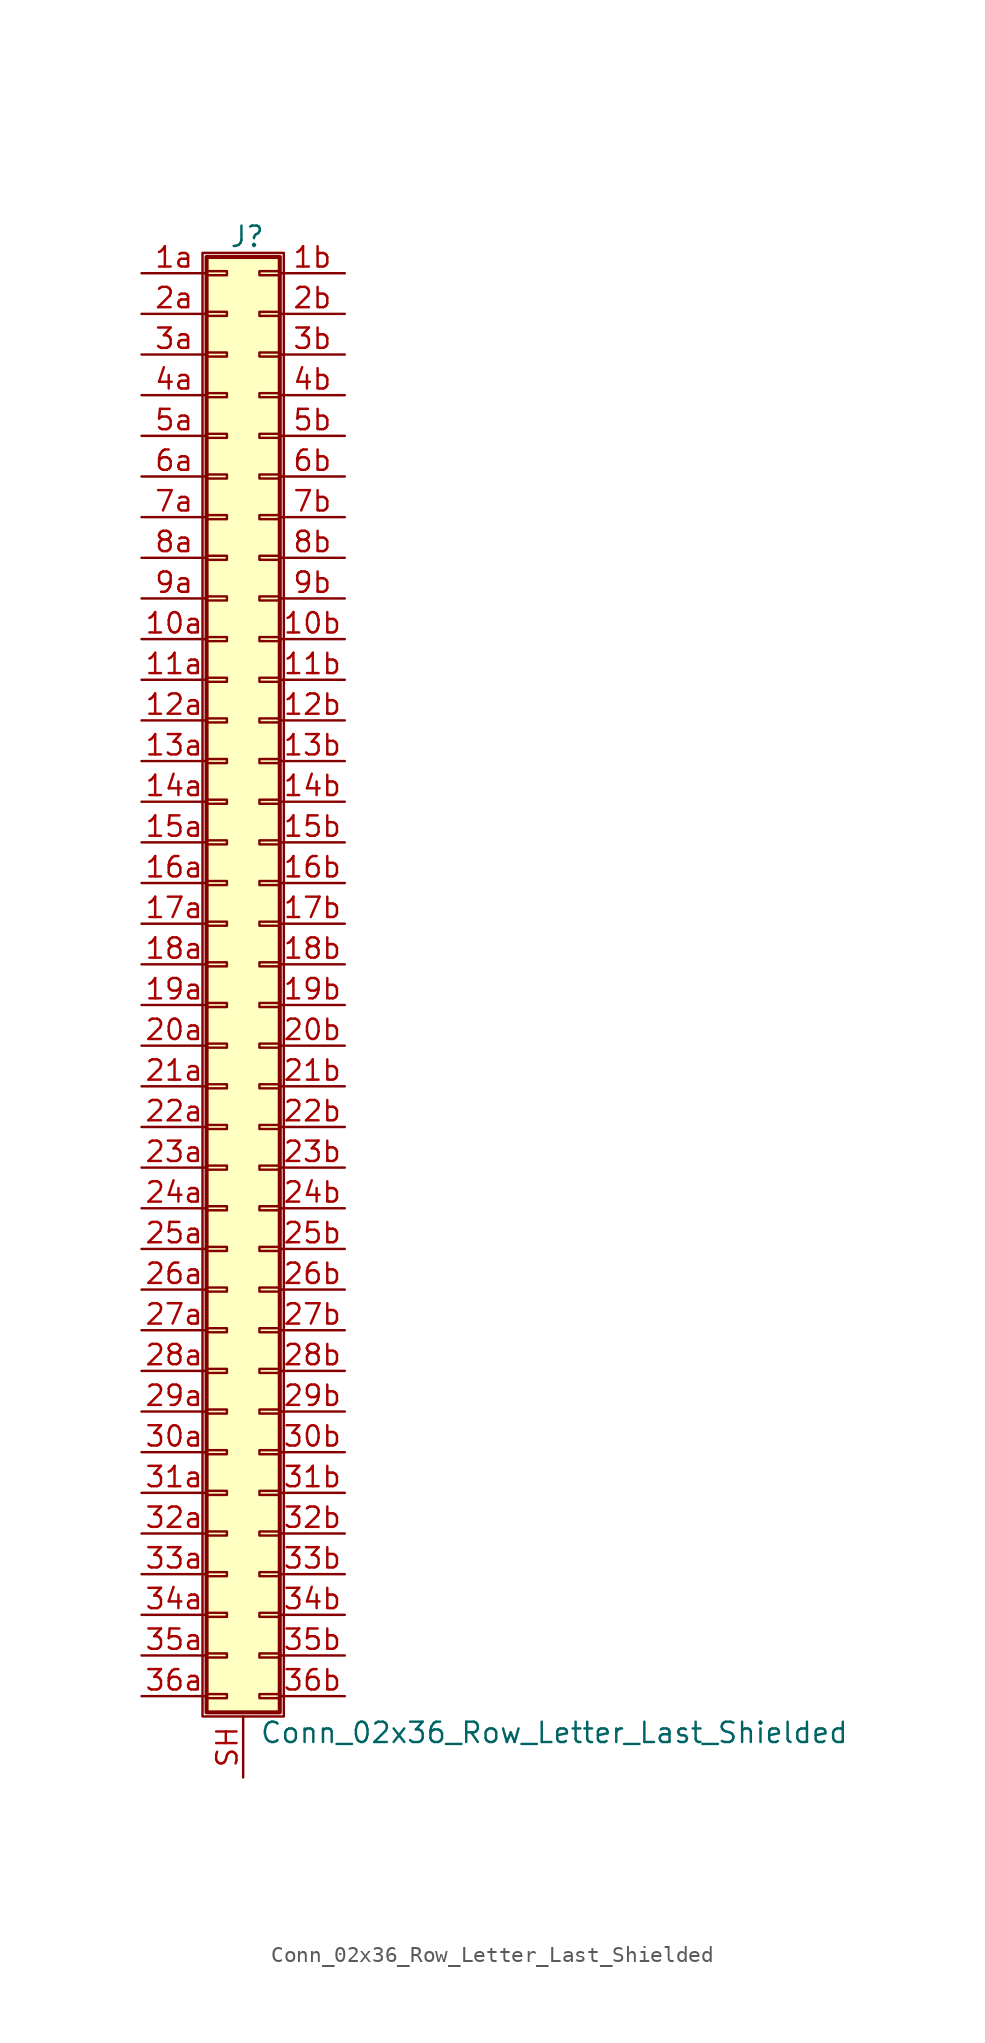
<source format=kicad_sym>
(kicad_symbol_lib
  (version 20201005)
  (generator kicad_symbol_editor)
  (symbol "Conn_02x36_Row_Letter_Last_Shielded"
    (pin_names
      (offset 1.016) hide)
    (property "Reference" "J"
      (at 1.524 45.466 0)
      (effects (font (size 1.27 1.27))))
    (property "Value" "Conn_02x36_Row_Letter_Last_Shielded"
      (at 2.286 -48.006 0)
      (effects (font (size 1.27 1.27)) (justify left)))
    (symbol "Conn_02x36_Row_Letter_Last_Shielded_1_1"
      (rectangle (start -1.27 44.45) (end 3.81 -46.99) (stroke (width 0.152)) (fill (type none)))
      (rectangle (start -1.016 -45.593) (end 0.254 -45.847) (stroke (width 0.152)) (fill (type none)))
      (rectangle (start -1.016 -43.053) (end 0.254 -43.307) (stroke (width 0.152)) (fill (type none)))
      (rectangle (start -1.016 -40.513) (end 0.254 -40.767) (stroke (width 0.152)) (fill (type none)))
      (rectangle (start -1.016 -37.973) (end 0.254 -38.227) (stroke (width 0.152)) (fill (type none)))
      (rectangle (start -1.016 -35.433) (end 0.254 -35.687) (stroke (width 0.152)) (fill (type none)))
      (rectangle (start -1.016 -32.893) (end 0.254 -33.147) (stroke (width 0.152)) (fill (type none)))
      (rectangle (start -1.016 -30.353) (end 0.254 -30.607) (stroke (width 0.152)) (fill (type none)))
      (rectangle (start -1.016 -27.813) (end 0.254 -28.067) (stroke (width 0.152)) (fill (type none)))
      (rectangle (start -1.016 -25.273) (end 0.254 -25.527) (stroke (width 0.152)) (fill (type none)))
      (rectangle (start -1.016 -22.733) (end 0.254 -22.987) (stroke (width 0.152)) (fill (type none)))
      (rectangle (start -1.016 -20.193) (end 0.254 -20.447) (stroke (width 0.152)) (fill (type none)))
      (rectangle (start -1.016 -17.653) (end 0.254 -17.907) (stroke (width 0.152)) (fill (type none)))
      (rectangle (start -1.016 -15.113) (end 0.254 -15.367) (stroke (width 0.152)) (fill (type none)))
      (rectangle (start -1.016 -12.573) (end 0.254 -12.827) (stroke (width 0.152)) (fill (type none)))
      (rectangle (start -1.016 -10.033) (end 0.254 -10.287) (stroke (width 0.152)) (fill (type none)))
      (rectangle (start -1.016 -7.493) (end 0.254 -7.747) (stroke (width 0.152)) (fill (type none)))
      (rectangle (start -1.016 -4.953) (end 0.254 -5.207) (stroke (width 0.152)) (fill (type none)))
      (rectangle (start -1.016 -2.413) (end 0.254 -2.667) (stroke (width 0.152)) (fill (type none)))
      (rectangle (start -1.016 0.127) (end 0.254 -0.127) (stroke (width 0.152)) (fill (type none)))
      (rectangle (start -1.016 2.667) (end 0.254 2.413) (stroke (width 0.152)) (fill (type none)))
      (rectangle (start -1.016 5.207) (end 0.254 4.953) (stroke (width 0.152)) (fill (type none)))
      (rectangle (start -1.016 7.747) (end 0.254 7.493) (stroke (width 0.152)) (fill (type none)))
      (rectangle (start -1.016 10.287) (end 0.254 10.033) (stroke (width 0.152)) (fill (type none)))
      (rectangle (start -1.016 12.827) (end 0.254 12.573) (stroke (width 0.152)) (fill (type none)))
      (rectangle (start -1.016 15.367) (end 0.254 15.113) (stroke (width 0.152)) (fill (type none)))
      (rectangle (start -1.016 17.907) (end 0.254 17.653) (stroke (width 0.152)) (fill (type none)))
      (rectangle (start -1.016 20.447) (end 0.254 20.193) (stroke (width 0.152)) (fill (type none)))
      (rectangle (start -1.016 22.987) (end 0.254 22.733) (stroke (width 0.152)) (fill (type none)))
      (rectangle (start -1.016 25.527) (end 0.254 25.273) (stroke (width 0.152)) (fill (type none)))
      (rectangle (start -1.016 28.067) (end 0.254 27.813) (stroke (width 0.152)) (fill (type none)))
      (rectangle (start -1.016 30.607) (end 0.254 30.353) (stroke (width 0.152)) (fill (type none)))
      (rectangle (start -1.016 33.147) (end 0.254 32.893) (stroke (width 0.152)) (fill (type none)))
      (rectangle (start -1.016 35.687) (end 0.254 35.433) (stroke (width 0.152)) (fill (type none)))
      (rectangle (start -1.016 38.227) (end 0.254 37.973) (stroke (width 0.152)) (fill (type none)))
      (rectangle (start -1.016 40.767) (end 0.254 40.513) (stroke (width 0.152)) (fill (type none)))
      (rectangle (start -1.016 43.307) (end 0.254 43.053) (stroke (width 0.152)) (fill (type none)))
      (rectangle (start 3.556 -45.593) (end 2.286 -45.847) (stroke (width 0.152)) (fill (type none)))
      (rectangle (start 3.556 -43.053) (end 2.286 -43.307) (stroke (width 0.152)) (fill (type none)))
      (rectangle (start 3.556 -40.513) (end 2.286 -40.767) (stroke (width 0.152)) (fill (type none)))
      (rectangle (start 3.556 -37.973) (end 2.286 -38.227) (stroke (width 0.152)) (fill (type none)))
      (rectangle (start 3.556 -35.433) (end 2.286 -35.687) (stroke (width 0.152)) (fill (type none)))
      (rectangle (start 3.556 -32.893) (end 2.286 -33.147) (stroke (width 0.152)) (fill (type none)))
      (rectangle (start 3.556 -30.353) (end 2.286 -30.607) (stroke (width 0.152)) (fill (type none)))
      (rectangle (start 3.556 -27.813) (end 2.286 -28.067) (stroke (width 0.152)) (fill (type none)))
      (rectangle (start 3.556 -25.273) (end 2.286 -25.527) (stroke (width 0.152)) (fill (type none)))
      (rectangle (start 3.556 -22.733) (end 2.286 -22.987) (stroke (width 0.152)) (fill (type none)))
      (rectangle (start 3.556 -20.193) (end 2.286 -20.447) (stroke (width 0.152)) (fill (type none)))
      (rectangle (start 3.556 -17.653) (end 2.286 -17.907) (stroke (width 0.152)) (fill (type none)))
      (rectangle (start 3.556 -15.113) (end 2.286 -15.367) (stroke (width 0.152)) (fill (type none)))
      (rectangle (start 3.556 -12.573) (end 2.286 -12.827) (stroke (width 0.152)) (fill (type none)))
      (rectangle (start 3.556 -10.033) (end 2.286 -10.287) (stroke (width 0.152)) (fill (type none)))
      (rectangle (start 3.556 -7.493) (end 2.286 -7.747) (stroke (width 0.152)) (fill (type none)))
      (rectangle (start 3.556 -4.953) (end 2.286 -5.207) (stroke (width 0.152)) (fill (type none)))
      (rectangle (start 3.556 -2.413) (end 2.286 -2.667) (stroke (width 0.152)) (fill (type none)))
      (rectangle (start 3.556 0.127) (end 2.286 -0.127) (stroke (width 0.152)) (fill (type none)))
      (rectangle (start 3.556 2.667) (end 2.286 2.413) (stroke (width 0.152)) (fill (type none)))
      (rectangle (start 3.556 5.207) (end 2.286 4.953) (stroke (width 0.152)) (fill (type none)))
      (rectangle (start 3.556 7.747) (end 2.286 7.493) (stroke (width 0.152)) (fill (type none)))
      (rectangle (start 3.556 10.287) (end 2.286 10.033) (stroke (width 0.152)) (fill (type none)))
      (rectangle (start 3.556 12.827) (end 2.286 12.573) (stroke (width 0.152)) (fill (type none)))
      (rectangle (start 3.556 15.367) (end 2.286 15.113) (stroke (width 0.152)) (fill (type none)))
      (rectangle (start 3.556 17.907) (end 2.286 17.653) (stroke (width 0.152)) (fill (type none)))
      (rectangle (start 3.556 20.447) (end 2.286 20.193) (stroke (width 0.152)) (fill (type none)))
      (rectangle (start 3.556 22.987) (end 2.286 22.733) (stroke (width 0.152)) (fill (type none)))
      (rectangle (start 3.556 25.527) (end 2.286 25.273) (stroke (width 0.152)) (fill (type none)))
      (rectangle (start 3.556 28.067) (end 2.286 27.813) (stroke (width 0.152)) (fill (type none)))
      (rectangle (start 3.556 30.607) (end 2.286 30.353) (stroke (width 0.152)) (fill (type none)))
      (rectangle (start 3.556 33.147) (end 2.286 32.893) (stroke (width 0.152)) (fill (type none)))
      (rectangle (start 3.556 35.687) (end 2.286 35.433) (stroke (width 0.152)) (fill (type none)))
      (rectangle (start 3.556 38.227) (end 2.286 37.973) (stroke (width 0.152)) (fill (type none)))
      (rectangle (start 3.556 40.767) (end 2.286 40.513) (stroke (width 0.152)) (fill (type none)))
      (rectangle (start 3.556 43.307) (end 2.286 43.053) (stroke (width 0.152)) (fill (type none)))
      (rectangle (start -1.016 44.196) (end 3.556 -46.736) (stroke (width 0.254)) (fill (type background)))
      (pin passive line (at -5.08 20.32 0) (length 4.064) (name "Pin_10a" (effects (font (size 1.27 1.27)))) (number "10a" (effects (font (size 1.27 1.27)))))
      (pin passive line (at 7.62 20.32 180) (length 4.064) (name "Pin_10b" (effects (font (size 1.27 1.27)))) (number "10b" (effects (font (size 1.27 1.27)))))
      (pin passive line (at -5.08 17.78 0) (length 4.064) (name "Pin_11a" (effects (font (size 1.27 1.27)))) (number "11a" (effects (font (size 1.27 1.27)))))
      (pin passive line (at 7.62 17.78 180) (length 4.064) (name "Pin_11b" (effects (font (size 1.27 1.27)))) (number "11b" (effects (font (size 1.27 1.27)))))
      (pin passive line (at -5.08 15.24 0) (length 4.064) (name "Pin_12a" (effects (font (size 1.27 1.27)))) (number "12a" (effects (font (size 1.27 1.27)))))
      (pin passive line (at 7.62 15.24 180) (length 4.064) (name "Pin_12b" (effects (font (size 1.27 1.27)))) (number "12b" (effects (font (size 1.27 1.27)))))
      (pin passive line (at -5.08 12.7 0) (length 4.064) (name "Pin_13a" (effects (font (size 1.27 1.27)))) (number "13a" (effects (font (size 1.27 1.27)))))
      (pin passive line (at 7.62 12.7 180) (length 4.064) (name "Pin_13b" (effects (font (size 1.27 1.27)))) (number "13b" (effects (font (size 1.27 1.27)))))
      (pin passive line (at -5.08 10.16 0) (length 4.064) (name "Pin_14a" (effects (font (size 1.27 1.27)))) (number "14a" (effects (font (size 1.27 1.27)))))
      (pin passive line (at 7.62 10.16 180) (length 4.064) (name "Pin_14b" (effects (font (size 1.27 1.27)))) (number "14b" (effects (font (size 1.27 1.27)))))
      (pin passive line (at -5.08 7.62 0) (length 4.064) (name "Pin_15a" (effects (font (size 1.27 1.27)))) (number "15a" (effects (font (size 1.27 1.27)))))
      (pin passive line (at 7.62 7.62 180) (length 4.064) (name "Pin_15b" (effects (font (size 1.27 1.27)))) (number "15b" (effects (font (size 1.27 1.27)))))
      (pin passive line (at -5.08 5.08 0) (length 4.064) (name "Pin_16a" (effects (font (size 1.27 1.27)))) (number "16a" (effects (font (size 1.27 1.27)))))
      (pin passive line (at 7.62 5.08 180) (length 4.064) (name "Pin_16b" (effects (font (size 1.27 1.27)))) (number "16b" (effects (font (size 1.27 1.27)))))
      (pin passive line (at -5.08 2.54 0) (length 4.064) (name "Pin_17a" (effects (font (size 1.27 1.27)))) (number "17a" (effects (font (size 1.27 1.27)))))
      (pin passive line (at 7.62 2.54 180) (length 4.064) (name "Pin_17b" (effects (font (size 1.27 1.27)))) (number "17b" (effects (font (size 1.27 1.27)))))
      (pin passive line (at -5.08 0 0) (length 4.064) (name "Pin_18a" (effects (font (size 1.27 1.27)))) (number "18a" (effects (font (size 1.27 1.27)))))
      (pin passive line (at 7.62 0 180) (length 4.064) (name "Pin_18b" (effects (font (size 1.27 1.27)))) (number "18b" (effects (font (size 1.27 1.27)))))
      (pin passive line (at -5.08 -2.54 0) (length 4.064) (name "Pin_19a" (effects (font (size 1.27 1.27)))) (number "19a" (effects (font (size 1.27 1.27)))))
      (pin passive line (at 7.62 -2.54 180) (length 4.064) (name "Pin_19b" (effects (font (size 1.27 1.27)))) (number "19b" (effects (font (size 1.27 1.27)))))
      (pin passive line (at -5.08 43.18 0) (length 4.064) (name "Pin_1a" (effects (font (size 1.27 1.27)))) (number "1a" (effects (font (size 1.27 1.27)))))
      (pin passive line (at 7.62 43.18 180) (length 4.064) (name "Pin_1b" (effects (font (size 1.27 1.27)))) (number "1b" (effects (font (size 1.27 1.27)))))
      (pin passive line (at -5.08 -5.08 0) (length 4.064) (name "Pin_20a" (effects (font (size 1.27 1.27)))) (number "20a" (effects (font (size 1.27 1.27)))))
      (pin passive line (at 7.62 -5.08 180) (length 4.064) (name "Pin_20b" (effects (font (size 1.27 1.27)))) (number "20b" (effects (font (size 1.27 1.27)))))
      (pin passive line (at -5.08 -7.62 0) (length 4.064) (name "Pin_21a" (effects (font (size 1.27 1.27)))) (number "21a" (effects (font (size 1.27 1.27)))))
      (pin passive line (at 7.62 -7.62 180) (length 4.064) (name "Pin_21b" (effects (font (size 1.27 1.27)))) (number "21b" (effects (font (size 1.27 1.27)))))
      (pin passive line (at -5.08 -10.16 0) (length 4.064) (name "Pin_22a" (effects (font (size 1.27 1.27)))) (number "22a" (effects (font (size 1.27 1.27)))))
      (pin passive line (at 7.62 -10.16 180) (length 4.064) (name "Pin_22b" (effects (font (size 1.27 1.27)))) (number "22b" (effects (font (size 1.27 1.27)))))
      (pin passive line (at -5.08 -12.7 0) (length 4.064) (name "Pin_23a" (effects (font (size 1.27 1.27)))) (number "23a" (effects (font (size 1.27 1.27)))))
      (pin passive line (at 7.62 -12.7 180) (length 4.064) (name "Pin_23b" (effects (font (size 1.27 1.27)))) (number "23b" (effects (font (size 1.27 1.27)))))
      (pin passive line (at -5.08 -15.24 0) (length 4.064) (name "Pin_24a" (effects (font (size 1.27 1.27)))) (number "24a" (effects (font (size 1.27 1.27)))))
      (pin passive line (at 7.62 -15.24 180) (length 4.064) (name "Pin_24b" (effects (font (size 1.27 1.27)))) (number "24b" (effects (font (size 1.27 1.27)))))
      (pin passive line (at -5.08 -17.78 0) (length 4.064) (name "Pin_25a" (effects (font (size 1.27 1.27)))) (number "25a" (effects (font (size 1.27 1.27)))))
      (pin passive line (at 7.62 -17.78 180) (length 4.064) (name "Pin_25b" (effects (font (size 1.27 1.27)))) (number "25b" (effects (font (size 1.27 1.27)))))
      (pin passive line (at -5.08 -20.32 0) (length 4.064) (name "Pin_26a" (effects (font (size 1.27 1.27)))) (number "26a" (effects (font (size 1.27 1.27)))))
      (pin passive line (at 7.62 -20.32 180) (length 4.064) (name "Pin_26b" (effects (font (size 1.27 1.27)))) (number "26b" (effects (font (size 1.27 1.27)))))
      (pin passive line (at -5.08 -22.86 0) (length 4.064) (name "Pin_27a" (effects (font (size 1.27 1.27)))) (number "27a" (effects (font (size 1.27 1.27)))))
      (pin passive line (at 7.62 -22.86 180) (length 4.064) (name "Pin_27b" (effects (font (size 1.27 1.27)))) (number "27b" (effects (font (size 1.27 1.27)))))
      (pin passive line (at -5.08 -25.4 0) (length 4.064) (name "Pin_28a" (effects (font (size 1.27 1.27)))) (number "28a" (effects (font (size 1.27 1.27)))))
      (pin passive line (at 7.62 -25.4 180) (length 4.064) (name "Pin_28b" (effects (font (size 1.27 1.27)))) (number "28b" (effects (font (size 1.27 1.27)))))
      (pin passive line (at -5.08 -27.94 0) (length 4.064) (name "Pin_29a" (effects (font (size 1.27 1.27)))) (number "29a" (effects (font (size 1.27 1.27)))))
      (pin passive line (at 7.62 -27.94 180) (length 4.064) (name "Pin_29b" (effects (font (size 1.27 1.27)))) (number "29b" (effects (font (size 1.27 1.27)))))
      (pin passive line (at -5.08 40.64 0) (length 4.064) (name "Pin_2a" (effects (font (size 1.27 1.27)))) (number "2a" (effects (font (size 1.27 1.27)))))
      (pin passive line (at 7.62 40.64 180) (length 4.064) (name "Pin_2b" (effects (font (size 1.27 1.27)))) (number "2b" (effects (font (size 1.27 1.27)))))
      (pin passive line (at -5.08 -30.48 0) (length 4.064) (name "Pin_30a" (effects (font (size 1.27 1.27)))) (number "30a" (effects (font (size 1.27 1.27)))))
      (pin passive line (at 7.62 -30.48 180) (length 4.064) (name "Pin_30b" (effects (font (size 1.27 1.27)))) (number "30b" (effects (font (size 1.27 1.27)))))
      (pin passive line (at -5.08 -33.02 0) (length 4.064) (name "Pin_31a" (effects (font (size 1.27 1.27)))) (number "31a" (effects (font (size 1.27 1.27)))))
      (pin passive line (at 7.62 -33.02 180) (length 4.064) (name "Pin_31b" (effects (font (size 1.27 1.27)))) (number "31b" (effects (font (size 1.27 1.27)))))
      (pin passive line (at -5.08 -35.56 0) (length 4.064) (name "Pin_32a" (effects (font (size 1.27 1.27)))) (number "32a" (effects (font (size 1.27 1.27)))))
      (pin passive line (at 7.62 -35.56 180) (length 4.064) (name "Pin_32b" (effects (font (size 1.27 1.27)))) (number "32b" (effects (font (size 1.27 1.27)))))
      (pin passive line (at -5.08 -38.1 0) (length 4.064) (name "Pin_33a" (effects (font (size 1.27 1.27)))) (number "33a" (effects (font (size 1.27 1.27)))))
      (pin passive line (at 7.62 -38.1 180) (length 4.064) (name "Pin_33b" (effects (font (size 1.27 1.27)))) (number "33b" (effects (font (size 1.27 1.27)))))
      (pin passive line (at -5.08 -40.64 0) (length 4.064) (name "Pin_34a" (effects (font (size 1.27 1.27)))) (number "34a" (effects (font (size 1.27 1.27)))))
      (pin passive line (at 7.62 -40.64 180) (length 4.064) (name "Pin_34b" (effects (font (size 1.27 1.27)))) (number "34b" (effects (font (size 1.27 1.27)))))
      (pin passive line (at -5.08 -43.18 0) (length 4.064) (name "Pin_35a" (effects (font (size 1.27 1.27)))) (number "35a" (effects (font (size 1.27 1.27)))))
      (pin passive line (at 7.62 -43.18 180) (length 4.064) (name "Pin_35b" (effects (font (size 1.27 1.27)))) (number "35b" (effects (font (size 1.27 1.27)))))
      (pin passive line (at -5.08 -45.72 0) (length 4.064) (name "Pin_36a" (effects (font (size 1.27 1.27)))) (number "36a" (effects (font (size 1.27 1.27)))))
      (pin passive line (at 7.62 -45.72 180) (length 4.064) (name "Pin_36b" (effects (font (size 1.27 1.27)))) (number "36b" (effects (font (size 1.27 1.27)))))
      (pin passive line (at -5.08 38.1 0) (length 4.064) (name "Pin_3a" (effects (font (size 1.27 1.27)))) (number "3a" (effects (font (size 1.27 1.27)))))
      (pin passive line (at 7.62 38.1 180) (length 4.064) (name "Pin_3b" (effects (font (size 1.27 1.27)))) (number "3b" (effects (font (size 1.27 1.27)))))
      (pin passive line (at -5.08 35.56 0) (length 4.064) (name "Pin_4a" (effects (font (size 1.27 1.27)))) (number "4a" (effects (font (size 1.27 1.27)))))
      (pin passive line (at 7.62 35.56 180) (length 4.064) (name "Pin_4b" (effects (font (size 1.27 1.27)))) (number "4b" (effects (font (size 1.27 1.27)))))
      (pin passive line (at -5.08 33.02 0) (length 4.064) (name "Pin_5a" (effects (font (size 1.27 1.27)))) (number "5a" (effects (font (size 1.27 1.27)))))
      (pin passive line (at 7.62 33.02 180) (length 4.064) (name "Pin_5b" (effects (font (size 1.27 1.27)))) (number "5b" (effects (font (size 1.27 1.27)))))
      (pin passive line (at -5.08 30.48 0) (length 4.064) (name "Pin_6a" (effects (font (size 1.27 1.27)))) (number "6a" (effects (font (size 1.27 1.27)))))
      (pin passive line (at 7.62 30.48 180) (length 4.064) (name "Pin_6b" (effects (font (size 1.27 1.27)))) (number "6b" (effects (font (size 1.27 1.27)))))
      (pin passive line (at -5.08 27.94 0) (length 4.064) (name "Pin_7a" (effects (font (size 1.27 1.27)))) (number "7a" (effects (font (size 1.27 1.27)))))
      (pin passive line (at 7.62 27.94 180) (length 4.064) (name "Pin_7b" (effects (font (size 1.27 1.27)))) (number "7b" (effects (font (size 1.27 1.27)))))
      (pin passive line (at -5.08 25.4 0) (length 4.064) (name "Pin_8a" (effects (font (size 1.27 1.27)))) (number "8a" (effects (font (size 1.27 1.27)))))
      (pin passive line (at 7.62 25.4 180) (length 4.064) (name "Pin_8b" (effects (font (size 1.27 1.27)))) (number "8b" (effects (font (size 1.27 1.27)))))
      (pin passive line (at -5.08 22.86 0) (length 4.064) (name "Pin_9a" (effects (font (size 1.27 1.27)))) (number "9a" (effects (font (size 1.27 1.27)))))
      (pin passive line (at 7.62 22.86 180) (length 4.064) (name "Pin_9b" (effects (font (size 1.27 1.27)))) (number "9b" (effects (font (size 1.27 1.27)))))
      (pin passive line (at 1.27 -50.8 90) (length 3.81) (name "Shield" (effects (font (size 1.27 1.27)))) (number "SH" (effects (font (size 1.27 1.27))))))))
</source>
